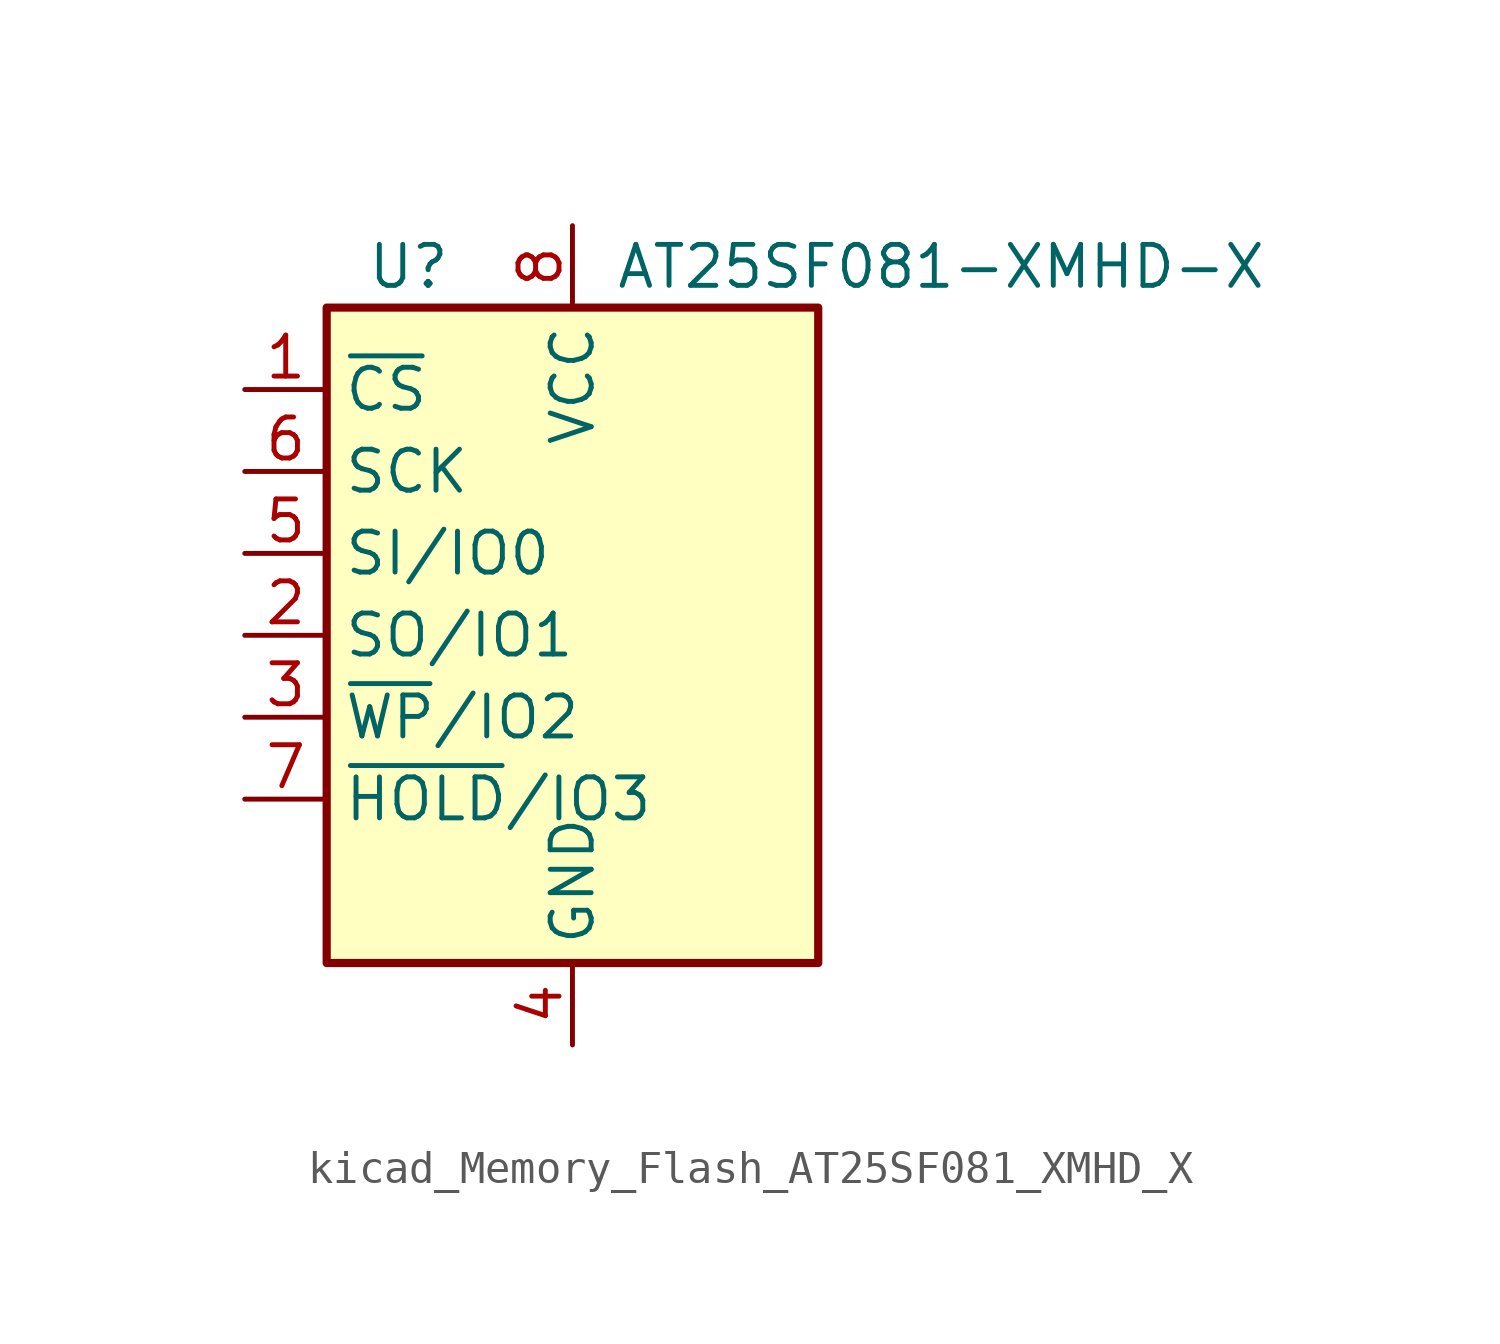
<source format=kicad_sym>
(kicad_symbol_lib
  (version 20220914)
  (generator kicad_symbol_editor)
  (symbol "kicad_Memory_Flash_AT25SF081_XMHD_X"
    (property "Reference" "U"
      (at -5.08 11.43 0)
      (effects (font (size 1.27 1.27))))
    (property "Value" "AT25SF081-XMHD-X"
      (at 11.43 11.43 0)
      (effects (font (size 1.27 1.27))))
    (symbol "kicad_Memory_Flash_AT25SF081_XMHD_X_0_1"
      (rectangle (start -7.62 10.16) (end 7.62 -10.16) (stroke (width 0.254) (type default)) (fill (type background))))
    (symbol "kicad_Memory_Flash_AT25SF081_XMHD_X_1_1"
      (pin input line (at -10.16 7.62 0) (length 2.54) (name "~{CS}" (effects (font (size 1.27 1.27)))) (number "1" (effects (font (size 1.27 1.27)))))
      (pin bidirectional line (at -10.16 0 0) (length 2.54) (name "SO/IO1" (effects (font (size 1.27 1.27)))) (number "2" (effects (font (size 1.27 1.27)))))
      (pin bidirectional line (at -10.16 -2.54 0) (length 2.54) (name "~{WP}/IO2" (effects (font (size 1.27 1.27)))) (number "3" (effects (font (size 1.27 1.27)))))
      (pin power_in line (at 0 -12.7 90) (length 2.54) (name "GND" (effects (font (size 1.27 1.27)))) (number "4" (effects (font (size 1.27 1.27)))))
      (pin bidirectional line (at -10.16 2.54 0) (length 2.54) (name "SI/IO0" (effects (font (size 1.27 1.27)))) (number "5" (effects (font (size 1.27 1.27)))))
      (pin input line (at -10.16 5.08 0) (length 2.54) (name "SCK" (effects (font (size 1.27 1.27)))) (number "6" (effects (font (size 1.27 1.27)))))
      (pin bidirectional line (at -10.16 -5.08 0) (length 2.54) (name "~{HOLD}/IO3" (effects (font (size 1.27 1.27)))) (number "7" (effects (font (size 1.27 1.27)))))
      (pin power_in line (at 0 12.7 270) (length 2.54) (name "VCC" (effects (font (size 1.27 1.27)))) (number "8" (effects (font (size 1.27 1.27))))))))
</source>
